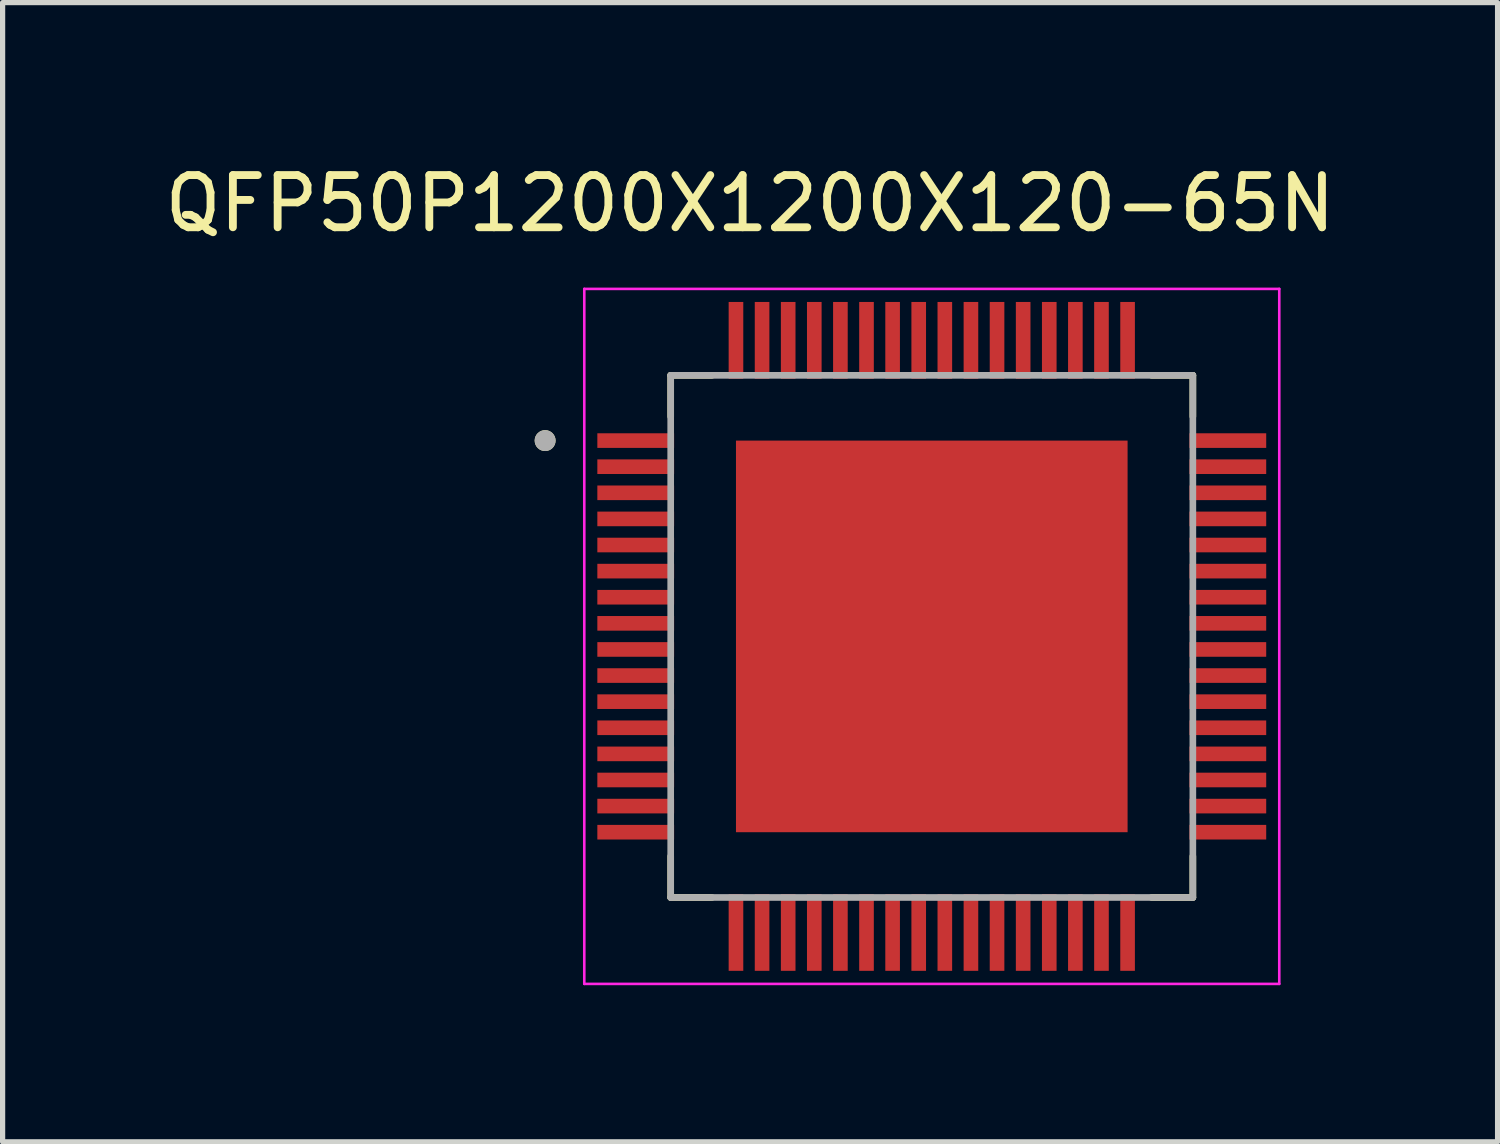
<source format=kicad_pcb>
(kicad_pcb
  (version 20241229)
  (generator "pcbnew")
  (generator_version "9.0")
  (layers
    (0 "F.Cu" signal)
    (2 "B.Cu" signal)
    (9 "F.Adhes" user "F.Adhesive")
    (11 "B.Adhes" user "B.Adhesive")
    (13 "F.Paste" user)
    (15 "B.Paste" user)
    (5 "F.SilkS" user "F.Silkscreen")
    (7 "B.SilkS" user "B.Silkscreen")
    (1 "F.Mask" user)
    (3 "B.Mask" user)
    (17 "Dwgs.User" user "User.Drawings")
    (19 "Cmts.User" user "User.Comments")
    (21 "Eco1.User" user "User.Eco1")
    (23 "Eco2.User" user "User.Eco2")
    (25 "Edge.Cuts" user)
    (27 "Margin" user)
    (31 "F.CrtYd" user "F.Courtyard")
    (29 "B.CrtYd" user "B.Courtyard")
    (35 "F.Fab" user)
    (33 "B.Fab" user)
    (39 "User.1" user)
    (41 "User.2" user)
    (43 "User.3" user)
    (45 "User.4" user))
  (footprint "QFP50P1200X1200X120-65N"
    (layer "F.Cu")
    (at 14.795 9.138)
    (property "Reference" "QFP50P1200X1200X120-65N" (at -3.48 -8.29 0) (layer "F.SilkS") (effects (font (size 1 1) (thickness 0.15))))
    (attr smd)
    (fp_line (start -5 -5) (end -5 -4.21) (stroke (width 0.127) (type solid)) (layer "F.SilkS"))
    (fp_line (start -5 5) (end -5 4.21) (stroke (width 0.127) (type solid)) (layer "F.SilkS"))
    (fp_line (start -5 5) (end -4.21 5) (stroke (width 0.127) (type solid)) (layer "F.SilkS"))
    (fp_line (start -4.21 -5) (end -5 -5) (stroke (width 0.127) (type solid)) (layer "F.SilkS"))
    (fp_line (start 4.21 5) (end 5 5) (stroke (width 0.127) (type solid)) (layer "F.SilkS"))
    (fp_line (start 5 -5) (end 4.21 -5) (stroke (width 0.127) (type solid)) (layer "F.SilkS"))
    (fp_line (start 5 -4.21) (end 5 -5) (stroke (width 0.127) (type solid)) (layer "F.SilkS"))
    (fp_line (start 5 5) (end 5 4.21) (stroke (width 0.127) (type solid)) (layer "F.SilkS"))
    (fp_circle (center -7.405 -3.75) (end -7.305 -3.75) (stroke (width 0.2) (type solid)) (fill no) (layer "F.SilkS"))
    (fp_poly (pts (xy -3.29 -3.29) (xy -1.71 -3.29) (xy -1.71 -1.71) (xy -3.29 -1.71)) (stroke (width 0.01) (type solid)) (fill yes) (layer "F.Paste"))
    (fp_poly (pts (xy -3.29 -0.79) (xy -1.71 -0.79) (xy -1.71 0.79) (xy -3.29 0.79)) (stroke (width 0.01) (type solid)) (fill yes) (layer "F.Paste"))
    (fp_poly (pts (xy -3.29 1.71) (xy -1.71 1.71) (xy -1.71 3.29) (xy -3.29 3.29)) (stroke (width 0.01) (type solid)) (fill yes) (layer "F.Paste"))
    (fp_poly (pts (xy -0.79 -3.29) (xy 0.79 -3.29) (xy 0.79 -1.71) (xy -0.79 -1.71)) (stroke (width 0.01) (type solid)) (fill yes) (layer "F.Paste"))
    (fp_poly (pts (xy -0.79 -0.79) (xy 0.79 -0.79) (xy 0.79 0.79) (xy -0.79 0.79)) (stroke (width 0.01) (type solid)) (fill yes) (layer "F.Paste"))
    (fp_poly (pts (xy -0.79 1.71) (xy 0.79 1.71) (xy 0.79 3.29) (xy -0.79 3.29)) (stroke (width 0.01) (type solid)) (fill yes) (layer "F.Paste"))
    (fp_poly (pts (xy 1.71 -3.29) (xy 3.29 -3.29) (xy 3.29 -1.71) (xy 1.71 -1.71)) (stroke (width 0.01) (type solid)) (fill yes) (layer "F.Paste"))
    (fp_poly (pts (xy 1.71 -0.79) (xy 3.29 -0.79) (xy 3.29 0.79) (xy 1.71 0.79)) (stroke (width 0.01) (type solid)) (fill yes) (layer "F.Paste"))
    (fp_poly (pts (xy 1.71 1.71) (xy 3.29 1.71) (xy 3.29 3.29) (xy 1.71 3.29)) (stroke (width 0.01) (type solid)) (fill yes) (layer "F.Paste"))
    (fp_line (start -6.655 -6.655) (end -6.655 6.655) (stroke (width 0.05) (type solid)) (layer "F.CrtYd"))
    (fp_line (start -6.655 6.655) (end 6.655 6.655) (stroke (width 0.05) (type solid)) (layer "F.CrtYd"))
    (fp_line (start 6.655 -6.655) (end -6.655 -6.655) (stroke (width 0.05) (type solid)) (layer "F.CrtYd"))
    (fp_line (start 6.655 6.655) (end 6.655 -6.655) (stroke (width 0.05) (type solid)) (layer "F.CrtYd"))
    (fp_line (start -5 -5) (end -5 5) (stroke (width 0.127) (type solid)) (layer "F.Fab"))
    (fp_line (start -5 5) (end 5 5) (stroke (width 0.127) (type solid)) (layer "F.Fab"))
    (fp_line (start 5 -5) (end -5 -5) (stroke (width 0.127) (type solid)) (layer "F.Fab"))
    (fp_line (start 5 5) (end 5 -5) (stroke (width 0.127) (type solid)) (layer "F.Fab"))
    (fp_circle (center -7.405 -3.75) (end -7.305 -3.75) (stroke (width 0.2) (type solid)) (fill no) (layer "F.Fab"))
    (pad "1" smd rect (at -5.67 -3.75) (size 1.47 0.28) (layers "F.Cu" "F.Mask" "F.Paste"))
    (pad "2" smd rect (at -5.67 -3.25) (size 1.47 0.28) (layers "F.Cu" "F.Mask" "F.Paste"))
    (pad "3" smd rect (at -5.67 -2.75) (size 1.47 0.28) (layers "F.Cu" "F.Mask" "F.Paste"))
    (pad "4" smd rect (at -5.67 -2.25) (size 1.47 0.28) (layers "F.Cu" "F.Mask" "F.Paste"))
    (pad "5" smd rect (at -5.67 -1.75) (size 1.47 0.28) (layers "F.Cu" "F.Mask" "F.Paste"))
    (pad "6" smd rect (at -5.67 -1.25) (size 1.47 0.28) (layers "F.Cu" "F.Mask" "F.Paste"))
    (pad "7" smd rect (at -5.67 -0.75) (size 1.47 0.28) (layers "F.Cu" "F.Mask" "F.Paste"))
    (pad "8" smd rect (at -5.67 -0.25) (size 1.47 0.28) (layers "F.Cu" "F.Mask" "F.Paste"))
    (pad "9" smd rect (at -5.67 0.25) (size 1.47 0.28) (layers "F.Cu" "F.Mask" "F.Paste"))
    (pad "10" smd rect (at -5.67 0.75) (size 1.47 0.28) (layers "F.Cu" "F.Mask" "F.Paste"))
    (pad "11" smd rect (at -5.67 1.25) (size 1.47 0.28) (layers "F.Cu" "F.Mask" "F.Paste"))
    (pad "12" smd rect (at -5.67 1.75) (size 1.47 0.28) (layers "F.Cu" "F.Mask" "F.Paste"))
    (pad "13" smd rect (at -5.67 2.25) (size 1.47 0.28) (layers "F.Cu" "F.Mask" "F.Paste"))
    (pad "14" smd rect (at -5.67 2.75) (size 1.47 0.28) (layers "F.Cu" "F.Mask" "F.Paste"))
    (pad "15" smd rect (at -5.67 3.25) (size 1.47 0.28) (layers "F.Cu" "F.Mask" "F.Paste"))
    (pad "16" smd rect (at -5.67 3.75) (size 1.47 0.28) (layers "F.Cu" "F.Mask" "F.Paste"))
    (pad "17" smd rect (at -3.75 5.67) (size 0.28 1.47) (layers "F.Cu" "F.Mask" "F.Paste"))
    (pad "18" smd rect (at -3.25 5.67) (size 0.28 1.47) (layers "F.Cu" "F.Mask" "F.Paste"))
    (pad "19" smd rect (at -2.75 5.67) (size 0.28 1.47) (layers "F.Cu" "F.Mask" "F.Paste"))
    (pad "20" smd rect (at -2.25 5.67) (size 0.28 1.47) (layers "F.Cu" "F.Mask" "F.Paste"))
    (pad "21" smd rect (at -1.75 5.67) (size 0.28 1.47) (layers "F.Cu" "F.Mask" "F.Paste"))
    (pad "22" smd rect (at -1.25 5.67) (size 0.28 1.47) (layers "F.Cu" "F.Mask" "F.Paste"))
    (pad "23" smd rect (at -0.75 5.67) (size 0.28 1.47) (layers "F.Cu" "F.Mask" "F.Paste"))
    (pad "24" smd rect (at -0.25 5.67) (size 0.28 1.47) (layers "F.Cu" "F.Mask" "F.Paste"))
    (pad "25" smd rect (at 0.25 5.67) (size 0.28 1.47) (layers "F.Cu" "F.Mask" "F.Paste"))
    (pad "26" smd rect (at 0.75 5.67) (size 0.28 1.47) (layers "F.Cu" "F.Mask" "F.Paste"))
    (pad "27" smd rect (at 1.25 5.67) (size 0.28 1.47) (layers "F.Cu" "F.Mask" "F.Paste"))
    (pad "28" smd rect (at 1.75 5.67) (size 0.28 1.47) (layers "F.Cu" "F.Mask" "F.Paste"))
    (pad "29" smd rect (at 2.25 5.67) (size 0.28 1.47) (layers "F.Cu" "F.Mask" "F.Paste"))
    (pad "30" smd rect (at 2.75 5.67) (size 0.28 1.47) (layers "F.Cu" "F.Mask" "F.Paste"))
    (pad "31" smd rect (at 3.25 5.67) (size 0.28 1.47) (layers "F.Cu" "F.Mask" "F.Paste"))
    (pad "32" smd rect (at 3.75 5.67) (size 0.28 1.47) (layers "F.Cu" "F.Mask" "F.Paste"))
    (pad "33" smd rect (at 5.67 3.75) (size 1.47 0.28) (layers "F.Cu" "F.Mask" "F.Paste"))
    (pad "34" smd rect (at 5.67 3.25) (size 1.47 0.28) (layers "F.Cu" "F.Mask" "F.Paste"))
    (pad "35" smd rect (at 5.67 2.75) (size 1.47 0.28) (layers "F.Cu" "F.Mask" "F.Paste"))
    (pad "36" smd rect (at 5.67 2.25) (size 1.47 0.28) (layers "F.Cu" "F.Mask" "F.Paste"))
    (pad "37" smd rect (at 5.67 1.75) (size 1.47 0.28) (layers "F.Cu" "F.Mask" "F.Paste"))
    (pad "38" smd rect (at 5.67 1.25) (size 1.47 0.28) (layers "F.Cu" "F.Mask" "F.Paste"))
    (pad "39" smd rect (at 5.67 0.75) (size 1.47 0.28) (layers "F.Cu" "F.Mask" "F.Paste"))
    (pad "40" smd rect (at 5.67 0.25) (size 1.47 0.28) (layers "F.Cu" "F.Mask" "F.Paste"))
    (pad "41" smd rect (at 5.67 -0.25) (size 1.47 0.28) (layers "F.Cu" "F.Mask" "F.Paste"))
    (pad "42" smd rect (at 5.67 -0.75) (size 1.47 0.28) (layers "F.Cu" "F.Mask" "F.Paste"))
    (pad "43" smd rect (at 5.67 -1.25) (size 1.47 0.28) (layers "F.Cu" "F.Mask" "F.Paste"))
    (pad "44" smd rect (at 5.67 -1.75) (size 1.47 0.28) (layers "F.Cu" "F.Mask" "F.Paste"))
    (pad "45" smd rect (at 5.67 -2.25) (size 1.47 0.28) (layers "F.Cu" "F.Mask" "F.Paste"))
    (pad "46" smd rect (at 5.67 -2.75) (size 1.47 0.28) (layers "F.Cu" "F.Mask" "F.Paste"))
    (pad "47" smd rect (at 5.67 -3.25) (size 1.47 0.28) (layers "F.Cu" "F.Mask" "F.Paste"))
    (pad "48" smd rect (at 5.67 -3.75) (size 1.47 0.28) (layers "F.Cu" "F.Mask" "F.Paste"))
    (pad "49" smd rect (at 3.75 -5.67) (size 0.28 1.47) (layers "F.Cu" "F.Mask" "F.Paste"))
    (pad "50" smd rect (at 3.25 -5.67) (size 0.28 1.47) (layers "F.Cu" "F.Mask" "F.Paste"))
    (pad "51" smd rect (at 2.75 -5.67) (size 0.28 1.47) (layers "F.Cu" "F.Mask" "F.Paste"))
    (pad "52" smd rect (at 2.25 -5.67) (size 0.28 1.47) (layers "F.Cu" "F.Mask" "F.Paste"))
    (pad "53" smd rect (at 1.75 -5.67) (size 0.28 1.47) (layers "F.Cu" "F.Mask" "F.Paste"))
    (pad "54" smd rect (at 1.25 -5.67) (size 0.28 1.47) (layers "F.Cu" "F.Mask" "F.Paste"))
    (pad "55" smd rect (at 0.75 -5.67) (size 0.28 1.47) (layers "F.Cu" "F.Mask" "F.Paste"))
    (pad "56" smd rect (at 0.25 -5.67) (size 0.28 1.47) (layers "F.Cu" "F.Mask" "F.Paste"))
    (pad "57" smd rect (at -0.25 -5.67) (size 0.28 1.47) (layers "F.Cu" "F.Mask" "F.Paste"))
    (pad "58" smd rect (at -0.75 -5.67) (size 0.28 1.47) (layers "F.Cu" "F.Mask" "F.Paste"))
    (pad "59" smd rect (at -1.25 -5.67) (size 0.28 1.47) (layers "F.Cu" "F.Mask" "F.Paste"))
    (pad "60" smd rect (at -1.75 -5.67) (size 0.28 1.47) (layers "F.Cu" "F.Mask" "F.Paste"))
    (pad "61" smd rect (at -2.25 -5.67) (size 0.28 1.47) (layers "F.Cu" "F.Mask" "F.Paste"))
    (pad "62" smd rect (at -2.75 -5.67) (size 0.28 1.47) (layers "F.Cu" "F.Mask" "F.Paste"))
    (pad "63" smd rect (at -3.25 -5.67) (size 0.28 1.47) (layers "F.Cu" "F.Mask" "F.Paste"))
    (pad "64" smd rect (at -3.75 -5.67) (size 0.28 1.47) (layers "F.Cu" "F.Mask" "F.Paste"))
    (pad "65" smd rect (at 0 0) (size 7.5 7.5) (layers "F.Cu" "F.Mask")))
  (gr_rect
    (start -3 -3)
    (end 25.631 18.818)
    (stroke (width 0.1) (type default))
    (fill no)
    (layer "Edge.Cuts")))
</source>
